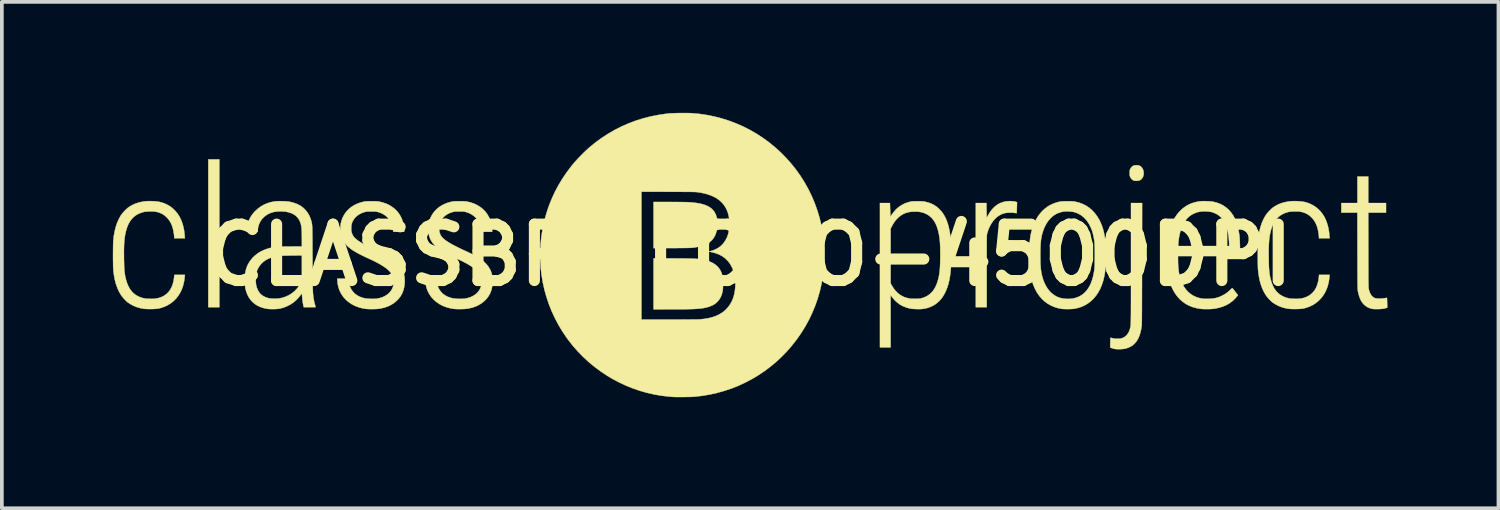
<source format=kicad_pcb>
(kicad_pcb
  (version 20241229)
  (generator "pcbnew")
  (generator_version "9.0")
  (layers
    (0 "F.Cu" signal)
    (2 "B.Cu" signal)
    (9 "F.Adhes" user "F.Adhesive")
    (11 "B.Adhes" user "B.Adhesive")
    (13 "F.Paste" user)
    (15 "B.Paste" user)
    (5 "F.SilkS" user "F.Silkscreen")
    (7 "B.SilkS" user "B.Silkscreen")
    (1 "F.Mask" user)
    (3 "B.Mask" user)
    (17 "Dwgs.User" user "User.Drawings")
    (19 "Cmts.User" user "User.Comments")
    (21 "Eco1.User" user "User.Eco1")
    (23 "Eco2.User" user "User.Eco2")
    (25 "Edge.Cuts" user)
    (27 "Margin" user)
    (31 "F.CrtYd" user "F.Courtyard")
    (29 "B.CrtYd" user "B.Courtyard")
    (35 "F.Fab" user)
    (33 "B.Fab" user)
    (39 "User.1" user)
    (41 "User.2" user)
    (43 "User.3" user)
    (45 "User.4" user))
  (footprint "CLASSBP-LOGO-4500DPI"
    (layer "F.Cu")
    (at 17.198 3.842)
    (property "Reference" "CLASSBP-LOGO-4500DPI" (at 0 0 0) (layer "F.SilkS") (effects (font (size 1.524 1.524) (thickness 0.3))))
    (attr through_hole)
    (fp_poly (pts (xy -14.32 1.411) (xy -14.619 1.411) (xy -14.619 -2.585) (xy -14.32 -2.585) (xy -14.32 1.411)) (stroke (width 0.01) (type solid)) (fill yes) (layer "F.SilkS"))
    (fp_poly (pts (xy 10.495 -2.426) (xy 10.525 -2.422) (xy 10.537 -2.419) (xy 10.572 -2.402) (xy 10.603 -2.375) (xy 10.627 -2.342) (xy 10.646 -2.303) (xy 10.657 -2.26) (xy 10.661 -2.214) (xy 10.658 -2.167) (xy 10.645 -2.121) (xy 10.645 -2.119) (xy 10.629 -2.089) (xy 10.607 -2.06) (xy 10.58 -2.035) (xy 10.552 -2.018) (xy 10.541 -2.013) (xy 10.521 -2.009) (xy 10.494 -2.006) (xy 10.464 -2.004) (xy 10.435 -2.005) (xy 10.411 -2.007) (xy 10.403 -2.009) (xy 10.366 -2.026) (xy 10.334 -2.053) (xy 10.308 -2.088) (xy 10.297 -2.108) (xy 10.291 -2.123) (xy 10.286 -2.136) (xy 10.283 -2.15) (xy 10.282 -2.168) (xy 10.281 -2.192) (xy 10.281 -2.215) (xy 10.282 -2.246) (xy 10.282 -2.269) (xy 10.284 -2.285) (xy 10.287 -2.299) (xy 10.292 -2.312) (xy 10.296 -2.321) (xy 10.316 -2.355) (xy 10.341 -2.385) (xy 10.369 -2.407) (xy 10.377 -2.412) (xy 10.399 -2.419) (xy 10.429 -2.425) (xy 10.462 -2.427) (xy 10.495 -2.426)) (stroke (width 0.01) (type solid)) (fill yes) (layer "F.SilkS"))
    (fp_poly (pts (xy -2.175 -1.434) (xy -2.104 -1.434) (xy -2.034 -1.433) (xy -1.966 -1.433) (xy -1.901 -1.432) (xy -1.841 -1.432) (xy -1.786 -1.431) (xy -1.738 -1.43) (xy -1.698 -1.429) (xy -1.667 -1.429) (xy -1.654 -1.428) (xy -1.54 -1.42) (xy -1.436 -1.408) (xy -1.343 -1.393) (xy -1.259 -1.373) (xy -1.184 -1.349) (xy -1.118 -1.32) (xy -1.06 -1.286) (xy -1.011 -1.248) (xy -0.969 -1.204) (xy -0.934 -1.155) (xy -0.906 -1.1) (xy -0.885 -1.04) (xy -0.88 -1.021) (xy -0.874 -0.99) (xy -0.87 -0.951) (xy -0.866 -0.906) (xy -0.864 -0.859) (xy -0.864 -0.812) (xy -0.865 -0.768) (xy -0.868 -0.73) (xy -0.869 -0.726) (xy -0.883 -0.646) (xy -0.904 -0.574) (xy -0.932 -0.508) (xy -0.969 -0.45) (xy -1.013 -0.398) (xy -1.066 -0.352) (xy -1.127 -0.312) (xy -1.197 -0.277) (xy -1.277 -0.249) (xy -1.366 -0.225) (xy -1.465 -0.206) (xy -1.513 -0.2) (xy -1.527 -0.198) (xy -1.543 -0.196) (xy -1.562 -0.195) (xy -1.585 -0.194) (xy -1.611 -0.193) (xy -1.643 -0.192) (xy -1.681 -0.191) (xy -1.725 -0.191) (xy -1.777 -0.19) (xy -1.837 -0.189) (xy -1.905 -0.189) (xy -1.984 -0.188) (xy -2.073 -0.188) (xy -2.084 -0.188) (xy -2.585 -0.185) (xy -2.585 -1.434) (xy -2.175 -1.434)) (stroke (width 0.01) (type solid)) (fill yes) (layer "F.SilkS"))
    (fp_poly (pts (xy -2.048 0.092) (xy -1.951 0.092) (xy -1.865 0.093) (xy -1.788 0.093) (xy -1.72 0.094) (xy -1.66 0.095) (xy -1.608 0.096) (xy -1.561 0.097) (xy -1.52 0.098) (xy -1.484 0.1) (xy -1.451 0.102) (xy -1.421 0.104) (xy -1.394 0.106) (xy -1.367 0.109) (xy -1.341 0.113) (xy -1.315 0.117) (xy -1.288 0.121) (xy -1.265 0.125) (xy -1.169 0.145) (xy -1.082 0.172) (xy -1.005 0.205) (xy -0.936 0.245) (xy -0.876 0.292) (xy -0.826 0.345) (xy -0.784 0.405) (xy -0.752 0.472) (xy -0.738 0.512) (xy -0.726 0.554) (xy -0.717 0.597) (xy -0.711 0.643) (xy -0.708 0.695) (xy -0.706 0.754) (xy -0.707 0.81) (xy -0.709 0.858) (xy -0.71 0.896) (xy -0.713 0.927) (xy -0.716 0.954) (xy -0.72 0.978) (xy -0.722 0.99) (xy -0.741 1.062) (xy -0.765 1.125) (xy -0.795 1.181) (xy -0.831 1.231) (xy -0.851 1.254) (xy -0.894 1.295) (xy -0.939 1.329) (xy -0.99 1.358) (xy -1.048 1.383) (xy -1.086 1.397) (xy -1.118 1.407) (xy -1.151 1.416) (xy -1.185 1.424) (xy -1.222 1.432) (xy -1.261 1.438) (xy -1.304 1.444) (xy -1.351 1.449) (xy -1.403 1.453) (xy -1.461 1.457) (xy -1.525 1.46) (xy -1.596 1.462) (xy -1.675 1.464) (xy -1.761 1.466) (xy -1.857 1.467) (xy -1.963 1.467) (xy -2.078 1.467) (xy -2.132 1.467) (xy -2.585 1.468) (xy -2.585 0.089) (xy -2.048 0.092)) (stroke (width 0.01) (type solid)) (fill yes) (layer "F.SilkS"))
    (fp_poly (pts (xy 7.115 -1.454) (xy 7.157 -1.449) (xy 7.194 -1.442) (xy 7.222 -1.433) (xy 7.222 -1.433) (xy 7.238 -1.425) (xy 7.234 -1.279) (xy 7.233 -1.24) (xy 7.232 -1.204) (xy 7.231 -1.174) (xy 7.23 -1.151) (xy 7.229 -1.136) (xy 7.229 -1.131) (xy 7.223 -1.132) (xy 7.209 -1.133) (xy 7.188 -1.136) (xy 7.174 -1.138) (xy 7.135 -1.143) (xy 7.09 -1.145) (xy 7.043 -1.145) (xy 6.995 -1.143) (xy 6.951 -1.139) (xy 6.913 -1.134) (xy 6.895 -1.129) (xy 6.85 -1.115) (xy 6.802 -1.094) (xy 6.756 -1.069) (xy 6.716 -1.043) (xy 6.711 -1.04) (xy 6.653 -0.989) (xy 6.599 -0.929) (xy 6.55 -0.86) (xy 6.507 -0.783) (xy 6.469 -0.701) (xy 6.439 -0.613) (xy 6.429 -0.576) (xy 6.428 -0.571) (xy 6.426 -0.565) (xy 6.425 -0.558) (xy 6.424 -0.55) (xy 6.423 -0.54) (xy 6.422 -0.529) (xy 6.422 -0.514) (xy 6.421 -0.496) (xy 6.42 -0.474) (xy 6.42 -0.448) (xy 6.419 -0.417) (xy 6.419 -0.381) (xy 6.419 -0.339) (xy 6.418 -0.29) (xy 6.418 -0.235) (xy 6.418 -0.172) (xy 6.418 -0.101) (xy 6.418 -0.022) (xy 6.418 0.067) (xy 6.418 0.164) (xy 6.418 0.272) (xy 6.418 0.391) (xy 6.418 1.411) (xy 6.124 1.411) (xy 6.124 -1.405) (xy 6.412 -1.405) (xy 6.412 -1.325) (xy 6.412 -1.292) (xy 6.413 -1.252) (xy 6.414 -1.208) (xy 6.415 -1.163) (xy 6.416 -1.125) (xy 6.419 -1.006) (xy 6.445 -1.055) (xy 6.489 -1.132) (xy 6.538 -1.202) (xy 6.592 -1.265) (xy 6.65 -1.32) (xy 6.71 -1.364) (xy 6.737 -1.38) (xy 6.776 -1.4) (xy 6.822 -1.418) (xy 6.871 -1.434) (xy 6.917 -1.445) (xy 6.93 -1.448) (xy 6.973 -1.453) (xy 7.02 -1.456) (xy 7.068 -1.456) (xy 7.115 -1.454)) (stroke (width 0.01) (type solid)) (fill yes) (layer "F.SilkS"))
    (fp_poly (pts (xy 16.73 -1.405) (xy 17.21 -1.405) (xy 17.21 -1.146) (xy 16.73 -1.146) (xy 16.732 -0.134) (xy 16.732 -0.009) (xy 16.732 0.106) (xy 16.732 0.21) (xy 16.732 0.305) (xy 16.733 0.39) (xy 16.733 0.467) (xy 16.733 0.535) (xy 16.733 0.596) (xy 16.734 0.649) (xy 16.734 0.696) (xy 16.734 0.736) (xy 16.735 0.771) (xy 16.735 0.801) (xy 16.736 0.826) (xy 16.737 0.847) (xy 16.737 0.865) (xy 16.738 0.879) (xy 16.739 0.891) (xy 16.74 0.9) (xy 16.741 0.908) (xy 16.742 0.915) (xy 16.744 0.922) (xy 16.745 0.928) (xy 16.745 0.929) (xy 16.763 0.992) (xy 16.786 1.045) (xy 16.813 1.089) (xy 16.845 1.124) (xy 16.882 1.151) (xy 16.918 1.167) (xy 16.94 1.172) (xy 16.97 1.175) (xy 17.007 1.177) (xy 17.047 1.177) (xy 17.089 1.176) (xy 17.13 1.173) (xy 17.166 1.168) (xy 17.178 1.166) (xy 17.201 1.162) (xy 17.22 1.159) (xy 17.232 1.158) (xy 17.235 1.158) (xy 17.236 1.164) (xy 17.236 1.18) (xy 17.237 1.203) (xy 17.239 1.233) (xy 17.24 1.269) (xy 17.24 1.291) (xy 17.244 1.421) (xy 17.209 1.433) (xy 17.165 1.446) (xy 17.114 1.454) (xy 17.055 1.459) (xy 16.987 1.461) (xy 16.967 1.461) (xy 16.934 1.461) (xy 16.904 1.46) (xy 16.879 1.459) (xy 16.861 1.459) (xy 16.854 1.458) (xy 16.823 1.451) (xy 16.787 1.441) (xy 16.753 1.429) (xy 16.724 1.417) (xy 16.723 1.416) (xy 16.668 1.384) (xy 16.62 1.345) (xy 16.579 1.3) (xy 16.542 1.247) (xy 16.511 1.185) (xy 16.485 1.114) (xy 16.463 1.034) (xy 16.452 0.985) (xy 16.451 0.977) (xy 16.449 0.97) (xy 16.448 0.962) (xy 16.447 0.953) (xy 16.446 0.943) (xy 16.445 0.93) (xy 16.444 0.916) (xy 16.443 0.898) (xy 16.443 0.877) (xy 16.442 0.852) (xy 16.442 0.823) (xy 16.441 0.789) (xy 16.441 0.749) (xy 16.44 0.703) (xy 16.44 0.651) (xy 16.44 0.591) (xy 16.44 0.524) (xy 16.439 0.449) (xy 16.439 0.366) (xy 16.439 0.273) (xy 16.439 0.171) (xy 16.439 0.059) (xy 16.438 -0.064) (xy 16.438 -0.111) (xy 16.436 -1.146) (xy 16.219 -1.146) (xy 16.002 -1.146) (xy 16.002 -1.405) (xy 16.437 -1.405) (xy 16.437 -2.122) (xy 16.73 -2.122) (xy 16.73 -1.405)) (stroke (width 0.01) (type solid)) (fill yes) (layer "F.SilkS"))
    (fp_poly (pts (xy 10.616 0.23) (xy 10.615 0.4) (xy 10.615 0.56) (xy 10.615 0.709) (xy 10.615 0.847) (xy 10.614 0.976) (xy 10.614 1.094) (xy 10.614 1.203) (xy 10.613 1.304) (xy 10.613 1.395) (xy 10.613 1.478) (xy 10.612 1.552) (xy 10.612 1.619) (xy 10.612 1.678) (xy 10.611 1.73) (xy 10.611 1.774) (xy 10.61 1.813) (xy 10.609 1.844) (xy 10.609 1.87) (xy 10.608 1.89) (xy 10.608 1.905) (xy 10.607 1.914) (xy 10.607 1.916) (xy 10.59 2.017) (xy 10.568 2.109) (xy 10.541 2.19) (xy 10.509 2.263) (xy 10.471 2.326) (xy 10.427 2.381) (xy 10.377 2.428) (xy 10.32 2.468) (xy 10.257 2.499) (xy 10.187 2.524) (xy 10.17 2.529) (xy 10.143 2.534) (xy 10.107 2.539) (xy 10.066 2.542) (xy 10.022 2.544) (xy 9.978 2.545) (xy 9.937 2.544) (xy 9.902 2.541) (xy 9.874 2.538) (xy 9.873 2.537) (xy 9.849 2.531) (xy 9.823 2.524) (xy 9.799 2.516) (xy 9.778 2.509) (xy 9.764 2.503) (xy 9.761 2.502) (xy 9.759 2.497) (xy 9.758 2.485) (xy 9.757 2.464) (xy 9.757 2.435) (xy 9.757 2.396) (xy 9.758 2.366) (xy 9.759 2.324) (xy 9.76 2.292) (xy 9.761 2.269) (xy 9.762 2.253) (xy 9.763 2.243) (xy 9.765 2.238) (xy 9.768 2.236) (xy 9.772 2.237) (xy 9.773 2.237) (xy 9.812 2.246) (xy 9.842 2.253) (xy 9.866 2.258) (xy 9.886 2.261) (xy 9.904 2.262) (xy 9.922 2.263) (xy 9.943 2.263) (xy 9.968 2.262) (xy 10.004 2.26) (xy 10.031 2.258) (xy 10.053 2.254) (xy 10.072 2.249) (xy 10.08 2.246) (xy 10.132 2.222) (xy 10.177 2.189) (xy 10.217 2.146) (xy 10.251 2.095) (xy 10.277 2.037) (xy 10.289 1.998) (xy 10.292 1.988) (xy 10.295 1.979) (xy 10.297 1.97) (xy 10.299 1.961) (xy 10.302 1.952) (xy 10.303 1.942) (xy 10.305 1.931) (xy 10.307 1.918) (xy 10.308 1.903) (xy 10.31 1.885) (xy 10.311 1.865) (xy 10.312 1.842) (xy 10.313 1.815) (xy 10.314 1.784) (xy 10.314 1.748) (xy 10.315 1.708) (xy 10.316 1.663) (xy 10.316 1.612) (xy 10.317 1.555) (xy 10.317 1.491) (xy 10.317 1.421) (xy 10.317 1.343) (xy 10.318 1.258) (xy 10.318 1.165) (xy 10.318 1.064) (xy 10.318 0.953) (xy 10.318 0.834) (xy 10.318 0.705) (xy 10.318 0.566) (xy 10.318 0.416) (xy 10.318 0.256) (xy 10.318 0.219) (xy 10.318 -1.405) (xy 10.618 -1.405) (xy 10.616 0.23)) (stroke (width 0.01) (type solid)) (fill yes) (layer "F.SilkS"))
    (fp_poly (pts (xy 4.592 -1.453) (xy 4.629 -1.453) (xy 4.658 -1.452) (xy 4.683 -1.451) (xy 4.703 -1.449) (xy 4.723 -1.446) (xy 4.744 -1.442) (xy 4.75 -1.441) (xy 4.837 -1.419) (xy 4.916 -1.391) (xy 4.989 -1.355) (xy 5.056 -1.312) (xy 5.119 -1.259) (xy 5.142 -1.236) (xy 5.198 -1.175) (xy 5.247 -1.108) (xy 5.291 -1.033) (xy 5.329 -0.95) (xy 5.363 -0.859) (xy 5.391 -0.76) (xy 5.414 -0.651) (xy 5.433 -0.533) (xy 5.444 -0.44) (xy 5.447 -0.41) (xy 5.449 -0.369) (xy 5.451 -0.321) (xy 5.453 -0.266) (xy 5.455 -0.205) (xy 5.456 -0.142) (xy 5.457 -0.076) (xy 5.457 -0.01) (xy 5.458 0.056) (xy 5.457 0.118) (xy 5.457 0.176) (xy 5.456 0.229) (xy 5.455 0.274) (xy 5.453 0.308) (xy 5.442 0.441) (xy 5.427 0.565) (xy 5.407 0.679) (xy 5.382 0.785) (xy 5.351 0.882) (xy 5.315 0.972) (xy 5.274 1.055) (xy 5.23 1.128) (xy 5.173 1.203) (xy 5.11 1.268) (xy 5.04 1.324) (xy 4.964 1.371) (xy 4.882 1.409) (xy 4.794 1.437) (xy 4.701 1.455) (xy 4.689 1.456) (xy 4.653 1.46) (xy 4.609 1.461) (xy 4.561 1.462) (xy 4.51 1.46) (xy 4.46 1.458) (xy 4.414 1.455) (xy 4.373 1.45) (xy 4.343 1.445) (xy 4.249 1.42) (xy 4.162 1.386) (xy 4.081 1.343) (xy 4.007 1.29) (xy 3.939 1.229) (xy 3.876 1.158) (xy 3.849 1.121) (xy 3.821 1.082) (xy 3.821 2.495) (xy 3.533 2.495) (xy 3.533 -0.71) (xy 3.821 -0.71) (xy 3.821 0.765) (xy 3.851 0.819) (xy 3.901 0.899) (xy 3.955 0.969) (xy 4.016 1.029) (xy 4.081 1.079) (xy 4.146 1.116) (xy 4.18 1.132) (xy 4.215 1.145) (xy 4.254 1.157) (xy 4.299 1.168) (xy 4.353 1.179) (xy 4.369 1.182) (xy 4.379 1.183) (xy 4.398 1.183) (xy 4.424 1.183) (xy 4.456 1.183) (xy 4.491 1.183) (xy 4.496 1.183) (xy 4.536 1.182) (xy 4.568 1.181) (xy 4.593 1.18) (xy 4.614 1.177) (xy 4.632 1.174) (xy 4.652 1.17) (xy 4.663 1.167) (xy 4.74 1.141) (xy 4.809 1.107) (xy 4.872 1.064) (xy 4.928 1.013) (xy 4.978 0.952) (xy 5.022 0.882) (xy 5.06 0.802) (xy 5.092 0.714) (xy 5.116 0.621) (xy 5.126 0.576) (xy 5.134 0.532) (xy 5.141 0.49) (xy 5.146 0.446) (xy 5.151 0.399) (xy 5.155 0.348) (xy 5.158 0.292) (xy 5.16 0.229) (xy 5.162 0.157) (xy 5.163 0.085) (xy 5.164 -0.027) (xy 5.163 -0.127) (xy 5.161 -0.218) (xy 5.158 -0.299) (xy 5.153 -0.372) (xy 5.146 -0.436) (xy 5.145 -0.452) (xy 5.127 -0.561) (xy 5.105 -0.66) (xy 5.078 -0.75) (xy 5.046 -0.83) (xy 5.008 -0.901) (xy 4.965 -0.963) (xy 4.916 -1.017) (xy 4.861 -1.063) (xy 4.8 -1.101) (xy 4.791 -1.106) (xy 4.734 -1.132) (xy 4.677 -1.151) (xy 4.616 -1.164) (xy 4.551 -1.172) (xy 4.477 -1.174) (xy 4.476 -1.174) (xy 4.387 -1.17) (xy 4.306 -1.158) (xy 4.231 -1.137) (xy 4.161 -1.107) (xy 4.095 -1.067) (xy 4.034 -1.018) (xy 4.005 -0.991) (xy 3.948 -0.926) (xy 3.896 -0.852) (xy 3.852 -0.771) (xy 3.821 -0.71) (xy 3.533 -0.71) (xy 3.533 -1.405) (xy 3.803 -1.405) (xy 3.807 -1.277) (xy 3.808 -1.236) (xy 3.81 -1.195) (xy 3.811 -1.156) (xy 3.813 -1.123) (xy 3.814 -1.098) (xy 3.815 -1.093) (xy 3.818 -1.037) (xy 3.841 -1.072) (xy 3.86 -1.101) (xy 3.884 -1.134) (xy 3.912 -1.169) (xy 3.939 -1.201) (xy 3.965 -1.23) (xy 3.983 -1.248) (xy 4.055 -1.307) (xy 4.13 -1.356) (xy 4.209 -1.395) (xy 4.294 -1.425) (xy 4.342 -1.438) (xy 4.363 -1.443) (xy 4.38 -1.446) (xy 4.398 -1.449) (xy 4.417 -1.451) (xy 4.439 -1.452) (xy 4.466 -1.453) (xy 4.501 -1.453) (xy 4.545 -1.453) (xy 4.547 -1.453) (xy 4.592 -1.453)) (stroke (width 0.01) (type solid)) (fill yes) (layer "F.SilkS"))
    (fp_poly (pts (xy 12.358 -1.455) (xy 12.409 -1.453) (xy 12.457 -1.45) (xy 12.5 -1.446) (xy 12.535 -1.44) (xy 12.538 -1.44) (xy 12.632 -1.416) (xy 12.719 -1.385) (xy 12.798 -1.346) (xy 12.871 -1.298) (xy 12.939 -1.241) (xy 12.97 -1.211) (xy 13.027 -1.145) (xy 13.077 -1.073) (xy 13.121 -0.994) (xy 13.159 -0.908) (xy 13.19 -0.813) (xy 13.216 -0.71) (xy 13.227 -0.654) (xy 13.235 -0.609) (xy 13.242 -0.566) (xy 13.247 -0.524) (xy 13.252 -0.48) (xy 13.255 -0.434) (xy 13.258 -0.383) (xy 13.26 -0.325) (xy 13.262 -0.26) (xy 13.263 -0.193) (xy 13.266 0.028) (xy 11.588 0.028) (xy 11.588 0.106) (xy 11.59 0.217) (xy 11.595 0.318) (xy 11.604 0.41) (xy 11.617 0.496) (xy 11.634 0.575) (xy 11.655 0.649) (xy 11.681 0.72) (xy 11.709 0.782) (xy 11.755 0.864) (xy 11.807 0.937) (xy 11.865 1) (xy 11.931 1.055) (xy 12.003 1.1) (xy 12.081 1.136) (xy 12.166 1.163) (xy 12.257 1.18) (xy 12.258 1.18) (xy 12.288 1.183) (xy 12.327 1.184) (xy 12.374 1.184) (xy 12.415 1.184) (xy 12.487 1.18) (xy 12.55 1.173) (xy 12.608 1.162) (xy 12.664 1.147) (xy 12.72 1.126) (xy 12.779 1.1) (xy 12.782 1.098) (xy 12.86 1.055) (xy 12.932 1.003) (xy 12.998 0.944) (xy 13.018 0.925) (xy 13.035 0.909) (xy 13.047 0.897) (xy 13.054 0.892) (xy 13.055 0.892) (xy 13.059 0.896) (xy 13.069 0.908) (xy 13.084 0.927) (xy 13.103 0.95) (xy 13.125 0.977) (xy 13.133 0.989) (xy 13.209 1.085) (xy 13.194 1.104) (xy 13.13 1.179) (xy 13.058 1.246) (xy 12.98 1.304) (xy 12.894 1.353) (xy 12.801 1.393) (xy 12.702 1.424) (xy 12.595 1.447) (xy 12.552 1.453) (xy 12.517 1.457) (xy 12.474 1.459) (xy 12.426 1.461) (xy 12.375 1.461) (xy 12.324 1.461) (xy 12.275 1.46) (xy 12.231 1.458) (xy 12.196 1.454) (xy 12.186 1.453) (xy 12.079 1.433) (xy 11.977 1.404) (xy 11.883 1.366) (xy 11.795 1.319) (xy 11.714 1.262) (xy 11.639 1.197) (xy 11.571 1.122) (xy 11.514 1.045) (xy 11.461 0.957) (xy 11.416 0.863) (xy 11.378 0.76) (xy 11.348 0.65) (xy 11.325 0.531) (xy 11.308 0.404) (xy 11.306 0.372) (xy 11.304 0.346) (xy 11.303 0.31) (xy 11.302 0.267) (xy 11.301 0.216) (xy 11.301 0.161) (xy 11.301 0.102) (xy 11.301 0.04) (xy 11.301 -0.023) (xy 11.302 -0.086) (xy 11.303 -0.147) (xy 11.304 -0.205) (xy 11.305 -0.243) (xy 11.594 -0.243) (xy 12.971 -0.243) (xy 12.971 -0.278) (xy 12.969 -0.35) (xy 12.963 -0.427) (xy 12.955 -0.504) (xy 12.944 -0.579) (xy 12.93 -0.648) (xy 12.923 -0.681) (xy 12.895 -0.772) (xy 12.862 -0.854) (xy 12.822 -0.926) (xy 12.776 -0.989) (xy 12.723 -1.043) (xy 12.664 -1.089) (xy 12.597 -1.125) (xy 12.525 -1.153) (xy 12.497 -1.161) (xy 12.461 -1.168) (xy 12.417 -1.174) (xy 12.367 -1.178) (xy 12.316 -1.18) (xy 12.267 -1.179) (xy 12.221 -1.176) (xy 12.201 -1.174) (xy 12.117 -1.158) (xy 12.04 -1.131) (xy 11.968 -1.096) (xy 11.902 -1.051) (xy 11.842 -0.997) (xy 11.789 -0.933) (xy 11.742 -0.86) (xy 11.701 -0.778) (xy 11.666 -0.687) (xy 11.638 -0.587) (xy 11.616 -0.479) (xy 11.601 -0.361) (xy 11.6 -0.344) (xy 11.597 -0.316) (xy 11.595 -0.291) (xy 11.594 -0.271) (xy 11.594 -0.261) (xy 11.594 -0.243) (xy 11.305 -0.243) (xy 11.305 -0.259) (xy 11.307 -0.308) (xy 11.309 -0.35) (xy 11.311 -0.383) (xy 11.313 -0.407) (xy 11.313 -0.412) (xy 11.331 -0.529) (xy 11.354 -0.637) (xy 11.382 -0.736) (xy 11.414 -0.829) (xy 11.453 -0.916) (xy 11.497 -0.998) (xy 11.507 -1.015) (xy 11.566 -1.102) (xy 11.631 -1.179) (xy 11.703 -1.248) (xy 11.781 -1.307) (xy 11.865 -1.357) (xy 11.954 -1.397) (xy 12.05 -1.427) (xy 12.15 -1.447) (xy 12.176 -1.451) (xy 12.213 -1.454) (xy 12.257 -1.456) (xy 12.306 -1.456) (xy 12.358 -1.455)) (stroke (width 0.01) (type solid)) (fill yes) (layer "F.SilkS"))
    (fp_poly (pts (xy -16.163 -1.457) (xy -16.1 -1.454) (xy -16.039 -1.449) (xy -15.982 -1.443) (xy -15.933 -1.434) (xy -15.915 -1.43) (xy -15.821 -1.402) (xy -15.734 -1.363) (xy -15.653 -1.316) (xy -15.578 -1.259) (xy -15.511 -1.193) (xy -15.45 -1.119) (xy -15.398 -1.039) (xy -15.363 -0.969) (xy -15.331 -0.89) (xy -15.304 -0.806) (xy -15.283 -0.719) (xy -15.268 -0.63) (xy -15.26 -0.553) (xy -15.258 -0.526) (xy -15.256 -0.501) (xy -15.254 -0.481) (xy -15.254 -0.476) (xy -15.251 -0.452) (xy -15.539 -0.452) (xy -15.539 -0.479) (xy -15.54 -0.497) (xy -15.542 -0.521) (xy -15.545 -0.55) (xy -15.548 -0.573) (xy -15.563 -0.665) (xy -15.585 -0.749) (xy -15.612 -0.825) (xy -15.646 -0.893) (xy -15.688 -0.955) (xy -15.736 -1.012) (xy -15.739 -1.015) (xy -15.794 -1.064) (xy -15.853 -1.105) (xy -15.918 -1.136) (xy -15.989 -1.16) (xy -16.065 -1.174) (xy -16.092 -1.177) (xy -16.127 -1.178) (xy -16.167 -1.179) (xy -16.21 -1.178) (xy -16.253 -1.176) (xy -16.293 -1.174) (xy -16.327 -1.17) (xy -16.353 -1.166) (xy -16.355 -1.166) (xy -16.435 -1.143) (xy -16.509 -1.112) (xy -16.576 -1.074) (xy -16.636 -1.027) (xy -16.689 -0.972) (xy -16.736 -0.908) (xy -16.777 -0.836) (xy -16.811 -0.754) (xy -16.84 -0.663) (xy -16.863 -0.563) (xy -16.877 -0.483) (xy -16.883 -0.431) (xy -16.888 -0.375) (xy -16.893 -0.313) (xy -16.896 -0.246) (xy -16.898 -0.171) (xy -16.899 -0.087) (xy -16.898 0.005) (xy -16.898 0.085) (xy -16.896 0.171) (xy -16.894 0.246) (xy -16.892 0.314) (xy -16.889 0.374) (xy -16.885 0.427) (xy -16.879 0.476) (xy -16.873 0.522) (xy -16.866 0.566) (xy -16.857 0.609) (xy -16.846 0.652) (xy -16.843 0.664) (xy -16.815 0.756) (xy -16.781 0.838) (xy -16.741 0.912) (xy -16.694 0.976) (xy -16.641 1.031) (xy -16.581 1.078) (xy -16.514 1.117) (xy -16.439 1.148) (xy -16.363 1.169) (xy -16.331 1.175) (xy -16.29 1.18) (xy -16.244 1.183) (xy -16.195 1.184) (xy -16.145 1.185) (xy -16.099 1.183) (xy -16.059 1.18) (xy -16.038 1.178) (xy -15.955 1.16) (xy -15.879 1.133) (xy -15.811 1.099) (xy -15.75 1.055) (xy -15.697 1.004) (xy -15.652 0.944) (xy -15.613 0.875) (xy -15.583 0.798) (xy -15.56 0.713) (xy -15.558 0.706) (xy -15.552 0.673) (xy -15.547 0.638) (xy -15.543 0.605) (xy -15.541 0.588) (xy -15.537 0.536) (xy -15.251 0.536) (xy -15.254 0.555) (xy -15.255 0.569) (xy -15.258 0.591) (xy -15.26 0.615) (xy -15.26 0.618) (xy -15.263 0.643) (xy -15.267 0.674) (xy -15.272 0.707) (xy -15.277 0.732) (xy -15.302 0.834) (xy -15.336 0.93) (xy -15.379 1.019) (xy -15.43 1.101) (xy -15.489 1.176) (xy -15.556 1.244) (xy -15.631 1.303) (xy -15.713 1.354) (xy -15.801 1.396) (xy -15.896 1.429) (xy -15.962 1.446) (xy -15.991 1.45) (xy -16.029 1.454) (xy -16.073 1.457) (xy -16.122 1.459) (xy -16.172 1.46) (xy -16.223 1.46) (xy -16.271 1.459) (xy -16.314 1.457) (xy -16.35 1.454) (xy -16.358 1.453) (xy -16.461 1.434) (xy -16.558 1.405) (xy -16.649 1.368) (xy -16.733 1.322) (xy -16.79 1.283) (xy -16.827 1.253) (xy -16.866 1.215) (xy -16.905 1.173) (xy -16.942 1.13) (xy -16.973 1.088) (xy -16.978 1.08) (xy -17.03 0.992) (xy -17.075 0.894) (xy -17.113 0.788) (xy -17.144 0.673) (xy -17.167 0.55) (xy -17.184 0.418) (xy -17.187 0.378) (xy -17.188 0.354) (xy -17.19 0.32) (xy -17.191 0.277) (xy -17.191 0.228) (xy -17.192 0.173) (xy -17.193 0.114) (xy -17.193 0.052) (xy -17.193 -0.011) (xy -17.193 -0.073) (xy -17.192 -0.134) (xy -17.192 -0.191) (xy -17.191 -0.244) (xy -17.19 -0.291) (xy -17.189 -0.33) (xy -17.188 -0.36) (xy -17.187 -0.373) (xy -17.173 -0.507) (xy -17.151 -0.633) (xy -17.122 -0.751) (xy -17.086 -0.86) (xy -17.043 -0.96) (xy -16.993 -1.052) (xy -16.975 -1.08) (xy -16.947 -1.119) (xy -16.911 -1.16) (xy -16.872 -1.202) (xy -16.831 -1.242) (xy -16.791 -1.277) (xy -16.753 -1.304) (xy -16.75 -1.306) (xy -16.67 -1.353) (xy -16.583 -1.391) (xy -16.491 -1.421) (xy -16.391 -1.442) (xy -16.335 -1.45) (xy -16.284 -1.455) (xy -16.225 -1.457) (xy -16.163 -1.457)) (stroke (width 0.01) (type solid)) (fill yes) (layer "F.SilkS"))
    (fp_poly (pts (xy 14.774 -1.457) (xy 14.837 -1.454) (xy 14.898 -1.449) (xy 14.955 -1.443) (xy 15.005 -1.434) (xy 15.023 -1.43) (xy 15.116 -1.402) (xy 15.203 -1.363) (xy 15.284 -1.316) (xy 15.359 -1.259) (xy 15.427 -1.193) (xy 15.487 -1.119) (xy 15.539 -1.039) (xy 15.574 -0.969) (xy 15.606 -0.89) (xy 15.633 -0.806) (xy 15.654 -0.719) (xy 15.669 -0.63) (xy 15.677 -0.553) (xy 15.679 -0.526) (xy 15.681 -0.501) (xy 15.683 -0.481) (xy 15.684 -0.476) (xy 15.687 -0.452) (xy 15.398 -0.452) (xy 15.398 -0.479) (xy 15.397 -0.497) (xy 15.395 -0.521) (xy 15.392 -0.55) (xy 15.389 -0.573) (xy 15.374 -0.665) (xy 15.353 -0.749) (xy 15.325 -0.825) (xy 15.291 -0.893) (xy 15.25 -0.955) (xy 15.201 -1.012) (xy 15.198 -1.015) (xy 15.144 -1.064) (xy 15.084 -1.105) (xy 15.019 -1.136) (xy 14.948 -1.16) (xy 14.873 -1.174) (xy 14.845 -1.177) (xy 14.81 -1.178) (xy 14.77 -1.179) (xy 14.727 -1.178) (xy 14.684 -1.176) (xy 14.644 -1.174) (xy 14.61 -1.17) (xy 14.584 -1.166) (xy 14.582 -1.166) (xy 14.502 -1.143) (xy 14.428 -1.112) (xy 14.361 -1.074) (xy 14.301 -1.027) (xy 14.248 -0.972) (xy 14.201 -0.908) (xy 14.16 -0.836) (xy 14.126 -0.754) (xy 14.097 -0.663) (xy 14.074 -0.563) (xy 14.061 -0.483) (xy 14.054 -0.431) (xy 14.049 -0.375) (xy 14.045 -0.313) (xy 14.042 -0.246) (xy 14.04 -0.171) (xy 14.039 -0.087) (xy 14.039 0.005) (xy 14.04 0.085) (xy 14.041 0.171) (xy 14.043 0.246) (xy 14.045 0.314) (xy 14.049 0.374) (xy 14.053 0.427) (xy 14.058 0.476) (xy 14.064 0.522) (xy 14.072 0.566) (xy 14.08 0.609) (xy 14.091 0.652) (xy 14.094 0.664) (xy 14.122 0.756) (xy 14.156 0.838) (xy 14.196 0.912) (xy 14.243 0.976) (xy 14.296 1.031) (xy 14.356 1.078) (xy 14.424 1.117) (xy 14.498 1.148) (xy 14.574 1.169) (xy 14.606 1.175) (xy 14.647 1.18) (xy 14.694 1.183) (xy 14.743 1.184) (xy 14.792 1.185) (xy 14.838 1.183) (xy 14.878 1.18) (xy 14.899 1.178) (xy 14.983 1.16) (xy 15.058 1.133) (xy 15.126 1.099) (xy 15.187 1.055) (xy 15.24 1.004) (xy 15.286 0.944) (xy 15.324 0.875) (xy 15.354 0.798) (xy 15.377 0.713) (xy 15.379 0.706) (xy 15.385 0.673) (xy 15.39 0.638) (xy 15.394 0.605) (xy 15.396 0.588) (xy 15.4 0.536) (xy 15.686 0.536) (xy 15.684 0.555) (xy 15.682 0.569) (xy 15.68 0.591) (xy 15.677 0.615) (xy 15.677 0.618) (xy 15.675 0.643) (xy 15.67 0.674) (xy 15.665 0.707) (xy 15.66 0.732) (xy 15.636 0.834) (xy 15.601 0.93) (xy 15.559 1.019) (xy 15.507 1.101) (xy 15.448 1.176) (xy 15.381 1.244) (xy 15.306 1.303) (xy 15.225 1.354) (xy 15.136 1.396) (xy 15.041 1.429) (xy 14.975 1.446) (xy 14.946 1.45) (xy 14.909 1.454) (xy 14.864 1.457) (xy 14.816 1.459) (xy 14.765 1.46) (xy 14.714 1.46) (xy 14.666 1.459) (xy 14.623 1.457) (xy 14.587 1.454) (xy 14.58 1.453) (xy 14.476 1.434) (xy 14.379 1.405) (xy 14.288 1.368) (xy 14.204 1.322) (xy 14.147 1.283) (xy 14.111 1.253) (xy 14.071 1.215) (xy 14.032 1.173) (xy 13.996 1.13) (xy 13.964 1.088) (xy 13.959 1.08) (xy 13.907 0.992) (xy 13.862 0.894) (xy 13.824 0.788) (xy 13.793 0.673) (xy 13.77 0.55) (xy 13.753 0.418) (xy 13.75 0.378) (xy 13.749 0.358) (xy 13.748 0.327) (xy 13.747 0.288) (xy 13.746 0.242) (xy 13.745 0.191) (xy 13.745 0.135) (xy 13.744 0.076) (xy 13.744 0.016) (xy 13.744 0.003) (xy 13.744 -0.057) (xy 13.745 -0.116) (xy 13.745 -0.173) (xy 13.746 -0.226) (xy 13.747 -0.273) (xy 13.748 -0.314) (xy 13.749 -0.346) (xy 13.75 -0.369) (xy 13.75 -0.373) (xy 13.765 -0.507) (xy 13.786 -0.633) (xy 13.815 -0.751) (xy 13.851 -0.86) (xy 13.894 -0.96) (xy 13.945 -1.052) (xy 13.962 -1.08) (xy 13.991 -1.119) (xy 14.026 -1.16) (xy 14.065 -1.202) (xy 14.106 -1.242) (xy 14.146 -1.277) (xy 14.184 -1.304) (xy 14.187 -1.306) (xy 14.267 -1.353) (xy 14.354 -1.391) (xy 14.446 -1.421) (xy 14.546 -1.442) (xy 14.602 -1.45) (xy 14.654 -1.455) (xy 14.712 -1.457) (xy 14.774 -1.457)) (stroke (width 0.01) (type solid)) (fill yes) (layer "F.SilkS"))
    (fp_poly (pts (xy 8.647 -1.453) (xy 8.684 -1.453) (xy 8.715 -1.452) (xy 8.739 -1.451) (xy 8.76 -1.449) (xy 8.779 -1.447) (xy 8.798 -1.444) (xy 8.816 -1.44) (xy 8.917 -1.415) (xy 9.012 -1.379) (xy 9.101 -1.335) (xy 9.183 -1.281) (xy 9.259 -1.218) (xy 9.329 -1.145) (xy 9.392 -1.063) (xy 9.449 -0.972) (xy 9.485 -0.902) (xy 9.528 -0.802) (xy 9.564 -0.695) (xy 9.592 -0.581) (xy 9.613 -0.46) (xy 9.628 -0.331) (xy 9.629 -0.309) (xy 9.631 -0.279) (xy 9.632 -0.24) (xy 9.633 -0.193) (xy 9.634 -0.139) (xy 9.635 -0.082) (xy 9.635 -0.021) (xy 9.635 0.04) (xy 9.635 0.1) (xy 9.634 0.157) (xy 9.633 0.21) (xy 9.632 0.257) (xy 9.631 0.295) (xy 9.629 0.322) (xy 9.617 0.45) (xy 9.597 0.569) (xy 9.571 0.681) (xy 9.538 0.786) (xy 9.498 0.885) (xy 9.483 0.917) (xy 9.43 1.014) (xy 9.371 1.101) (xy 9.305 1.179) (xy 9.233 1.248) (xy 9.154 1.308) (xy 9.07 1.359) (xy 8.98 1.399) (xy 8.885 1.43) (xy 8.784 1.451) (xy 8.77 1.454) (xy 8.737 1.457) (xy 8.697 1.459) (xy 8.651 1.461) (xy 8.602 1.461) (xy 8.554 1.461) (xy 8.508 1.459) (xy 8.468 1.457) (xy 8.437 1.453) (xy 8.436 1.453) (xy 8.333 1.432) (xy 8.236 1.401) (xy 8.145 1.36) (xy 8.059 1.31) (xy 7.98 1.251) (xy 7.907 1.183) (xy 7.841 1.106) (xy 7.781 1.02) (xy 7.729 0.925) (xy 7.683 0.822) (xy 7.654 0.742) (xy 7.635 0.678) (xy 7.618 0.613) (xy 7.605 0.545) (xy 7.593 0.474) (xy 7.584 0.397) (xy 7.578 0.315) (xy 7.573 0.225) (xy 7.57 0.126) (xy 7.569 0.018) (xy 7.569 0.013) (xy 7.569 0.002) (xy 7.868 0.002) (xy 7.869 0.079) (xy 7.869 0.145) (xy 7.87 0.204) (xy 7.872 0.255) (xy 7.875 0.301) (xy 7.878 0.343) (xy 7.882 0.382) (xy 7.887 0.42) (xy 7.891 0.452) (xy 7.912 0.557) (xy 7.94 0.655) (xy 7.975 0.746) (xy 8.016 0.83) (xy 8.063 0.906) (xy 8.116 0.974) (xy 8.175 1.033) (xy 8.239 1.082) (xy 8.308 1.123) (xy 8.374 1.15) (xy 8.432 1.166) (xy 8.497 1.178) (xy 8.566 1.184) (xy 8.635 1.186) (xy 8.702 1.182) (xy 8.741 1.177) (xy 8.825 1.157) (xy 8.902 1.128) (xy 8.972 1.091) (xy 9.037 1.043) (xy 9.096 0.986) (xy 9.136 0.937) (xy 9.183 0.866) (xy 9.225 0.786) (xy 9.26 0.696) (xy 9.289 0.597) (xy 9.313 0.489) (xy 9.329 0.384) (xy 9.331 0.354) (xy 9.334 0.315) (xy 9.336 0.268) (xy 9.337 0.214) (xy 9.338 0.156) (xy 9.339 0.094) (xy 9.34 0.029) (xy 9.339 -0.035) (xy 9.339 -0.099) (xy 9.338 -0.16) (xy 9.337 -0.217) (xy 9.335 -0.268) (xy 9.333 -0.312) (xy 9.331 -0.347) (xy 9.329 -0.366) (xy 9.311 -0.478) (xy 9.288 -0.581) (xy 9.259 -0.676) (xy 9.223 -0.762) (xy 9.182 -0.841) (xy 9.134 -0.914) (xy 9.12 -0.933) (xy 9.062 -0.998) (xy 8.999 -1.054) (xy 8.93 -1.1) (xy 8.855 -1.136) (xy 8.779 -1.161) (xy 8.741 -1.168) (xy 8.696 -1.174) (xy 8.647 -1.178) (xy 8.596 -1.18) (xy 8.548 -1.179) (xy 8.505 -1.176) (xy 8.494 -1.174) (xy 8.455 -1.167) (xy 8.411 -1.155) (xy 8.367 -1.14) (xy 8.325 -1.124) (xy 8.292 -1.108) (xy 8.224 -1.065) (xy 8.162 -1.013) (xy 8.104 -0.95) (xy 8.052 -0.88) (xy 8.006 -0.801) (xy 7.966 -0.715) (xy 7.933 -0.622) (xy 7.916 -0.565) (xy 7.905 -0.519) (xy 7.896 -0.473) (xy 7.888 -0.426) (xy 7.882 -0.376) (xy 7.877 -0.323) (xy 7.873 -0.264) (xy 7.871 -0.199) (xy 7.869 -0.126) (xy 7.868 -0.044) (xy 7.868 0.002) (xy 7.569 0.002) (xy 7.57 -0.093) (xy 7.572 -0.188) (xy 7.576 -0.275) (xy 7.581 -0.355) (xy 7.589 -0.429) (xy 7.598 -0.497) (xy 7.61 -0.562) (xy 7.624 -0.625) (xy 7.641 -0.686) (xy 7.66 -0.746) (xy 7.7 -0.852) (xy 7.747 -0.951) (xy 7.802 -1.042) (xy 7.863 -1.125) (xy 7.93 -1.199) (xy 8.004 -1.264) (xy 8.083 -1.321) (xy 8.168 -1.367) (xy 8.258 -1.404) (xy 8.276 -1.41) (xy 8.315 -1.423) (xy 8.35 -1.432) (xy 8.382 -1.44) (xy 8.414 -1.445) (xy 8.448 -1.449) (xy 8.485 -1.451) (xy 8.529 -1.453) (xy 8.582 -1.453) (xy 8.599 -1.453) (xy 8.647 -1.453)) (stroke (width 0.01) (type solid)) (fill yes) (layer "F.SilkS"))
    (fp_poly (pts (xy -10.156 -1.453) (xy -10.115 -1.453) (xy -10.083 -1.452) (xy -10.056 -1.45) (xy -10.033 -1.448) (xy -10.012 -1.445) (xy -9.999 -1.443) (xy -9.902 -1.42) (xy -9.811 -1.388) (xy -9.726 -1.348) (xy -9.649 -1.3) (xy -9.578 -1.245) (xy -9.515 -1.182) (xy -9.461 -1.113) (xy -9.416 -1.036) (xy -9.408 -1.021) (xy -9.377 -0.946) (xy -9.352 -0.866) (xy -9.335 -0.783) (xy -9.326 -0.7) (xy -9.325 -0.658) (xy -9.325 -0.627) (xy -9.617 -0.627) (xy -9.621 -0.673) (xy -9.632 -0.753) (xy -9.653 -0.826) (xy -9.683 -0.894) (xy -9.723 -0.956) (xy -9.773 -1.013) (xy -9.773 -1.013) (xy -9.827 -1.062) (xy -9.885 -1.101) (xy -9.948 -1.133) (xy -10.018 -1.158) (xy -10.039 -1.164) (xy -10.057 -1.168) (xy -10.073 -1.171) (xy -10.09 -1.174) (xy -10.109 -1.175) (xy -10.134 -1.176) (xy -10.165 -1.177) (xy -10.204 -1.177) (xy -10.214 -1.177) (xy -10.255 -1.176) (xy -10.287 -1.176) (xy -10.313 -1.175) (xy -10.333 -1.174) (xy -10.35 -1.171) (xy -10.367 -1.168) (xy -10.385 -1.164) (xy -10.394 -1.161) (xy -10.466 -1.137) (xy -10.531 -1.105) (xy -10.59 -1.066) (xy -10.641 -1.021) (xy -10.683 -0.969) (xy -10.716 -0.913) (xy -10.716 -0.912) (xy -10.732 -0.876) (xy -10.742 -0.844) (xy -10.75 -0.812) (xy -10.753 -0.776) (xy -10.755 -0.734) (xy -10.755 -0.72) (xy -10.755 -0.686) (xy -10.754 -0.661) (xy -10.752 -0.642) (xy -10.748 -0.624) (xy -10.743 -0.606) (xy -10.74 -0.595) (xy -10.725 -0.557) (xy -10.706 -0.521) (xy -10.683 -0.488) (xy -10.654 -0.456) (xy -10.618 -0.424) (xy -10.575 -0.391) (xy -10.523 -0.356) (xy -10.462 -0.319) (xy -10.443 -0.308) (xy -10.397 -0.282) (xy -10.343 -0.254) (xy -10.283 -0.223) (xy -10.22 -0.191) (xy -10.155 -0.16) (xy -10.091 -0.13) (xy -10.047 -0.11) (xy -9.985 -0.081) (xy -9.922 -0.051) (xy -9.861 -0.021) (xy -9.804 0.009) (xy -9.753 0.036) (xy -9.71 0.061) (xy -9.707 0.063) (xy -9.621 0.119) (xy -9.546 0.18) (xy -9.481 0.244) (xy -9.426 0.312) (xy -9.382 0.385) (xy -9.349 0.461) (xy -9.325 0.542) (xy -9.312 0.627) (xy -9.309 0.716) (xy -9.313 0.779) (xy -9.326 0.872) (xy -9.349 0.959) (xy -9.38 1.039) (xy -9.421 1.112) (xy -9.472 1.18) (xy -9.532 1.241) (xy -9.601 1.297) (xy -9.621 1.311) (xy -9.696 1.356) (xy -9.775 1.392) (xy -9.858 1.421) (xy -9.949 1.442) (xy -10.018 1.453) (xy -10.047 1.456) (xy -10.085 1.459) (xy -10.129 1.46) (xy -10.176 1.461) (xy -10.223 1.461) (xy -10.269 1.461) (xy -10.31 1.459) (xy -10.344 1.457) (xy -10.36 1.455) (xy -10.464 1.437) (xy -10.562 1.41) (xy -10.655 1.374) (xy -10.741 1.33) (xy -10.82 1.277) (xy -10.892 1.217) (xy -10.956 1.149) (xy -10.98 1.118) (xy -11.03 1.043) (xy -11.07 0.962) (xy -11.1 0.876) (xy -11.12 0.786) (xy -11.129 0.7) (xy -11.133 0.638) (xy -10.832 0.638) (xy -10.832 0.662) (xy -10.828 0.706) (xy -10.819 0.755) (xy -10.805 0.807) (xy -10.787 0.857) (xy -10.767 0.904) (xy -10.749 0.935) (xy -10.707 0.993) (xy -10.658 1.044) (xy -10.601 1.086) (xy -10.537 1.122) (xy -10.464 1.15) (xy -10.403 1.167) (xy -10.364 1.174) (xy -10.316 1.179) (xy -10.264 1.183) (xy -10.209 1.185) (xy -10.155 1.185) (xy -10.105 1.183) (xy -10.062 1.179) (xy -10.052 1.177) (xy -9.97 1.159) (xy -9.895 1.133) (xy -9.828 1.099) (xy -9.768 1.058) (xy -9.717 1.01) (xy -9.675 0.956) (xy -9.664 0.939) (xy -9.635 0.879) (xy -9.617 0.816) (xy -9.608 0.75) (xy -9.609 0.683) (xy -9.62 0.618) (xy -9.637 0.566) (xy -9.659 0.521) (xy -9.69 0.475) (xy -9.729 0.431) (xy -9.778 0.386) (xy -9.835 0.341) (xy -9.902 0.295) (xy -9.979 0.249) (xy -10.066 0.201) (xy -10.163 0.152) (xy -10.242 0.115) (xy -10.337 0.071) (xy -10.423 0.03) (xy -10.5 -0.008) (xy -10.568 -0.043) (xy -10.629 -0.077) (xy -10.683 -0.109) (xy -10.731 -0.139) (xy -10.773 -0.17) (xy -10.811 -0.2) (xy -10.846 -0.23) (xy -10.867 -0.25) (xy -10.922 -0.312) (xy -10.967 -0.377) (xy -11.002 -0.445) (xy -11.027 -0.52) (xy -11.041 -0.581) (xy -11.045 -0.613) (xy -11.048 -0.653) (xy -11.048 -0.698) (xy -11.048 -0.743) (xy -11.046 -0.787) (xy -11.042 -0.826) (xy -11.038 -0.849) (xy -11.016 -0.937) (xy -10.984 -1.019) (xy -10.943 -1.095) (xy -10.893 -1.166) (xy -10.834 -1.23) (xy -10.768 -1.287) (xy -10.694 -1.337) (xy -10.612 -1.379) (xy -10.524 -1.413) (xy -10.43 -1.438) (xy -10.417 -1.441) (xy -10.397 -1.445) (xy -10.377 -1.448) (xy -10.358 -1.45) (xy -10.336 -1.452) (xy -10.309 -1.453) (xy -10.276 -1.453) (xy -10.235 -1.453) (xy -10.205 -1.453) (xy -10.156 -1.453)) (stroke (width 0.01) (type solid)) (fill yes) (layer "F.SilkS"))
    (fp_poly (pts (xy -7.779 -1.453) (xy -7.739 -1.453) (xy -7.707 -1.452) (xy -7.68 -1.45) (xy -7.657 -1.448) (xy -7.636 -1.445) (xy -7.623 -1.443) (xy -7.526 -1.42) (xy -7.435 -1.388) (xy -7.35 -1.348) (xy -7.272 -1.3) (xy -7.202 -1.245) (xy -7.139 -1.182) (xy -7.085 -1.113) (xy -7.04 -1.036) (xy -7.032 -1.021) (xy -7.001 -0.946) (xy -6.976 -0.866) (xy -6.959 -0.783) (xy -6.95 -0.7) (xy -6.948 -0.658) (xy -6.948 -0.627) (xy -7.24 -0.627) (xy -7.244 -0.673) (xy -7.256 -0.753) (xy -7.277 -0.826) (xy -7.307 -0.894) (xy -7.347 -0.956) (xy -7.397 -1.013) (xy -7.397 -1.013) (xy -7.451 -1.062) (xy -7.509 -1.101) (xy -7.572 -1.133) (xy -7.642 -1.158) (xy -7.663 -1.164) (xy -7.68 -1.168) (xy -7.697 -1.171) (xy -7.714 -1.174) (xy -7.733 -1.175) (xy -7.757 -1.176) (xy -7.788 -1.177) (xy -7.828 -1.177) (xy -7.837 -1.177) (xy -7.879 -1.176) (xy -7.911 -1.176) (xy -7.936 -1.175) (xy -7.957 -1.174) (xy -7.974 -1.171) (xy -7.991 -1.168) (xy -8.009 -1.164) (xy -8.018 -1.161) (xy -8.09 -1.137) (xy -8.155 -1.105) (xy -8.214 -1.066) (xy -8.264 -1.021) (xy -8.307 -0.969) (xy -8.339 -0.913) (xy -8.34 -0.912) (xy -8.355 -0.876) (xy -8.366 -0.844) (xy -8.373 -0.812) (xy -8.377 -0.776) (xy -8.379 -0.734) (xy -8.379 -0.72) (xy -8.378 -0.686) (xy -8.377 -0.661) (xy -8.375 -0.642) (xy -8.372 -0.624) (xy -8.367 -0.606) (xy -8.363 -0.595) (xy -8.349 -0.557) (xy -8.33 -0.521) (xy -8.306 -0.488) (xy -8.277 -0.456) (xy -8.242 -0.424) (xy -8.198 -0.391) (xy -8.147 -0.356) (xy -8.086 -0.319) (xy -8.067 -0.308) (xy -8.021 -0.282) (xy -7.967 -0.254) (xy -7.907 -0.223) (xy -7.843 -0.191) (xy -7.779 -0.16) (xy -7.715 -0.13) (xy -7.671 -0.11) (xy -7.608 -0.081) (xy -7.546 -0.051) (xy -7.485 -0.021) (xy -7.427 0.009) (xy -7.376 0.036) (xy -7.334 0.061) (xy -7.331 0.063) (xy -7.245 0.119) (xy -7.169 0.18) (xy -7.104 0.244) (xy -7.05 0.312) (xy -7.006 0.385) (xy -6.972 0.461) (xy -6.949 0.542) (xy -6.936 0.627) (xy -6.933 0.716) (xy -6.936 0.779) (xy -6.95 0.872) (xy -6.972 0.959) (xy -7.004 1.039) (xy -7.045 1.112) (xy -7.095 1.18) (xy -7.155 1.241) (xy -7.225 1.297) (xy -7.244 1.311) (xy -7.32 1.356) (xy -7.398 1.392) (xy -7.482 1.421) (xy -7.572 1.442) (xy -7.641 1.453) (xy -7.671 1.456) (xy -7.709 1.459) (xy -7.753 1.46) (xy -7.8 1.461) (xy -7.847 1.461) (xy -7.893 1.461) (xy -7.934 1.459) (xy -7.967 1.457) (xy -7.984 1.455) (xy -8.087 1.437) (xy -8.186 1.41) (xy -8.278 1.374) (xy -8.365 1.33) (xy -8.444 1.277) (xy -8.516 1.217) (xy -8.58 1.149) (xy -8.604 1.118) (xy -8.654 1.043) (xy -8.694 0.962) (xy -8.724 0.876) (xy -8.744 0.786) (xy -8.753 0.7) (xy -8.756 0.638) (xy -8.455 0.638) (xy -8.455 0.662) (xy -8.452 0.706) (xy -8.443 0.755) (xy -8.429 0.807) (xy -8.411 0.857) (xy -8.39 0.904) (xy -8.373 0.935) (xy -8.331 0.993) (xy -8.282 1.044) (xy -8.225 1.086) (xy -8.16 1.122) (xy -8.087 1.15) (xy -8.026 1.167) (xy -7.987 1.174) (xy -7.94 1.179) (xy -7.888 1.183) (xy -7.833 1.185) (xy -7.779 1.185) (xy -7.729 1.183) (xy -7.686 1.179) (xy -7.675 1.177) (xy -7.594 1.159) (xy -7.519 1.133) (xy -7.452 1.099) (xy -7.392 1.058) (xy -7.341 1.01) (xy -7.298 0.956) (xy -7.288 0.939) (xy -7.259 0.879) (xy -7.24 0.816) (xy -7.231 0.75) (xy -7.232 0.683) (xy -7.243 0.618) (xy -7.26 0.566) (xy -7.283 0.521) (xy -7.314 0.475) (xy -7.353 0.431) (xy -7.401 0.386) (xy -7.459 0.341) (xy -7.526 0.295) (xy -7.602 0.249) (xy -7.689 0.201) (xy -7.787 0.152) (xy -7.866 0.115) (xy -7.961 0.071) (xy -8.047 0.03) (xy -8.123 -0.008) (xy -8.192 -0.043) (xy -8.252 -0.077) (xy -8.306 -0.109) (xy -8.354 -0.139) (xy -8.397 -0.17) (xy -8.435 -0.2) (xy -8.47 -0.23) (xy -8.49 -0.25) (xy -8.546 -0.312) (xy -8.59 -0.377) (xy -8.625 -0.445) (xy -8.651 -0.52) (xy -8.665 -0.581) (xy -8.669 -0.613) (xy -8.671 -0.653) (xy -8.672 -0.698) (xy -8.671 -0.743) (xy -8.669 -0.787) (xy -8.666 -0.826) (xy -8.662 -0.849) (xy -8.64 -0.937) (xy -8.608 -1.019) (xy -8.567 -1.095) (xy -8.517 -1.166) (xy -8.458 -1.23) (xy -8.392 -1.287) (xy -8.317 -1.337) (xy -8.236 -1.379) (xy -8.148 -1.413) (xy -8.053 -1.438) (xy -8.041 -1.441) (xy -8.02 -1.445) (xy -8.001 -1.448) (xy -7.981 -1.45) (xy -7.959 -1.452) (xy -7.933 -1.453) (xy -7.9 -1.453) (xy -7.859 -1.453) (xy -7.829 -1.453) (xy -7.779 -1.453)) (stroke (width 0.01) (type solid)) (fill yes) (layer "F.SilkS"))
    (fp_poly (pts (xy -1.711 -3.837) (xy -1.653 -3.836) (xy -1.601 -3.835) (xy -1.558 -3.833) (xy -1.556 -3.833) (xy -1.349 -3.814) (xy -1.144 -3.784) (xy -0.942 -3.743) (xy -0.744 -3.692) (xy -0.549 -3.63) (xy -0.358 -3.558) (xy -0.171 -3.477) (xy 0.011 -3.385) (xy 0.187 -3.284) (xy 0.359 -3.173) (xy 0.525 -3.053) (xy 0.684 -2.924) (xy 0.837 -2.786) (xy 0.984 -2.639) (xy 1.123 -2.484) (xy 1.138 -2.466) (xy 1.268 -2.303) (xy 1.387 -2.135) (xy 1.497 -1.961) (xy 1.597 -1.782) (xy 1.687 -1.598) (xy 1.767 -1.409) (xy 1.837 -1.216) (xy 1.897 -1.019) (xy 1.946 -0.819) (xy 1.984 -0.615) (xy 2.012 -0.408) (xy 2.027 -0.231) (xy 2.029 -0.187) (xy 2.03 -0.134) (xy 2.031 -0.075) (xy 2.031 -0.012) (xy 2.031 0.054) (xy 2.029 0.12) (xy 2.028 0.184) (xy 2.025 0.243) (xy 2.023 0.297) (xy 2.019 0.342) (xy 2.018 0.356) (xy 1.992 0.568) (xy 1.955 0.775) (xy 1.908 0.979) (xy 1.85 1.178) (xy 1.782 1.372) (xy 1.704 1.562) (xy 1.615 1.748) (xy 1.516 1.929) (xy 1.407 2.105) (xy 1.403 2.111) (xy 1.284 2.282) (xy 1.156 2.445) (xy 1.021 2.601) (xy 0.878 2.748) (xy 0.729 2.887) (xy 0.573 3.017) (xy 0.41 3.139) (xy 0.241 3.252) (xy 0.067 3.355) (xy -0.112 3.449) (xy -0.296 3.534) (xy -0.485 3.609) (xy -0.679 3.673) (xy -0.876 3.728) (xy -1.076 3.772) (xy -1.28 3.806) (xy -1.487 3.829) (xy -1.527 3.832) (xy -1.547 3.833) (xy -1.576 3.834) (xy -1.613 3.835) (xy -1.656 3.836) (xy -1.703 3.836) (xy -1.753 3.837) (xy -1.804 3.837) (xy -1.855 3.837) (xy -1.903 3.837) (xy -1.948 3.837) (xy -1.988 3.837) (xy -2.021 3.836) (xy -2.046 3.835) (xy -2.06 3.835) (xy -2.073 3.833) (xy -2.095 3.831) (xy -2.122 3.829) (xy -2.151 3.827) (xy -2.153 3.827) (xy -2.354 3.804) (xy -2.553 3.771) (xy -2.749 3.727) (xy -2.943 3.673) (xy -3.133 3.608) (xy -3.32 3.534) (xy -3.503 3.449) (xy -3.681 3.356) (xy -3.854 3.253) (xy -4.021 3.141) (xy -4.183 3.02) (xy -4.339 2.891) (xy -4.488 2.753) (xy -4.63 2.608) (xy -4.765 2.455) (xy -4.891 2.294) (xy -4.937 2.231) (xy -5.052 2.06) (xy -5.158 1.883) (xy -5.231 1.744) (xy -2.913 1.744) (xy -2.152 1.744) (xy -2.035 1.744) (xy -1.925 1.744) (xy -1.823 1.744) (xy -1.73 1.743) (xy -1.645 1.743) (xy -1.569 1.742) (xy -1.503 1.742) (xy -1.446 1.741) (xy -1.399 1.741) (xy -1.363 1.74) (xy -1.337 1.739) (xy -1.324 1.738) (xy -1.207 1.725) (xy -1.099 1.706) (xy -1.001 1.682) (xy -0.91 1.651) (xy -0.828 1.614) (xy -0.753 1.571) (xy -0.684 1.522) (xy -0.633 1.476) (xy -0.569 1.406) (xy -0.514 1.33) (xy -0.469 1.248) (xy -0.432 1.159) (xy -0.405 1.063) (xy -0.387 0.968) (xy -0.376 0.857) (xy -0.374 0.749) (xy -0.381 0.645) (xy -0.396 0.545) (xy -0.42 0.45) (xy -0.452 0.362) (xy -0.472 0.321) (xy -0.503 0.263) (xy -0.537 0.212) (xy -0.575 0.165) (xy -0.609 0.129) (xy -0.668 0.076) (xy -0.732 0.03) (xy -0.803 -0.008) (xy -0.88 -0.04) (xy -0.967 -0.066) (xy -1.016 -0.077) (xy -1.041 -0.083) (xy -1.062 -0.088) (xy -1.077 -0.091) (xy -1.083 -0.093) (xy -1.079 -0.096) (xy -1.068 -0.099) (xy -1.06 -0.101) (xy -0.979 -0.125) (xy -0.906 -0.155) (xy -0.841 -0.19) (xy -0.782 -0.233) (xy -0.737 -0.273) (xy -0.683 -0.336) (xy -0.637 -0.406) (xy -0.598 -0.482) (xy -0.569 -0.565) (xy -0.549 -0.652) (xy -0.548 -0.656) (xy -0.535 -0.76) (xy -0.533 -0.866) (xy -0.54 -0.97) (xy -0.553 -1.05) (xy -0.576 -1.14) (xy -0.608 -1.224) (xy -0.648 -1.3) (xy -0.696 -1.37) (xy -0.753 -1.433) (xy -0.819 -1.49) (xy -0.893 -1.541) (xy -0.977 -1.585) (xy -1.07 -1.622) (xy -1.172 -1.654) (xy -1.283 -1.68) (xy -1.386 -1.697) (xy -1.397 -1.698) (xy -1.408 -1.7) (xy -1.422 -1.701) (xy -1.438 -1.702) (xy -1.457 -1.703) (xy -1.48 -1.704) (xy -1.507 -1.704) (xy -1.539 -1.705) (xy -1.576 -1.706) (xy -1.619 -1.706) (xy -1.669 -1.707) (xy -1.727 -1.707) (xy -1.792 -1.707) (xy -1.866 -1.708) (xy -1.949 -1.708) (xy -2.043 -1.708) (xy -2.146 -1.709) (xy -2.183 -1.709) (xy -2.913 -1.711) (xy -2.913 1.744) (xy -5.231 1.744) (xy -5.253 1.702) (xy -5.339 1.517) (xy -5.414 1.328) (xy -5.479 1.135) (xy -5.534 0.94) (xy -5.578 0.742) (xy -5.612 0.541) (xy -5.635 0.34) (xy -5.647 0.137) (xy -5.649 -0.067) (xy -5.64 -0.272) (xy -5.62 -0.476) (xy -5.589 -0.68) (xy -5.547 -0.883) (xy -5.534 -0.938) (xy -5.478 -1.138) (xy -5.412 -1.334) (xy -5.335 -1.525) (xy -5.249 -1.712) (xy -5.151 -1.894) (xy -5.044 -2.071) (xy -4.926 -2.244) (xy -4.799 -2.412) (xy -4.755 -2.465) (xy -4.71 -2.518) (xy -4.657 -2.576) (xy -4.6 -2.637) (xy -4.54 -2.698) (xy -4.48 -2.759) (xy -4.42 -2.816) (xy -4.364 -2.868) (xy -4.318 -2.909) (xy -4.154 -3.043) (xy -3.985 -3.166) (xy -3.81 -3.279) (xy -3.631 -3.383) (xy -3.447 -3.476) (xy -3.259 -3.558) (xy -3.066 -3.631) (xy -2.868 -3.693) (xy -2.666 -3.744) (xy -2.461 -3.785) (xy -2.251 -3.816) (xy -2.173 -3.825) (xy -2.134 -3.828) (xy -2.086 -3.831) (xy -2.03 -3.833) (xy -1.969 -3.835) (xy -1.904 -3.836) (xy -1.838 -3.837) (xy -1.773 -3.837) (xy -1.711 -3.837)) (stroke (width 0.01) (type solid)) (fill yes) (layer "F.SilkS"))
    (fp_poly (pts (xy -12.626 -1.455) (xy -12.569 -1.454) (xy -12.515 -1.45) (xy -12.466 -1.446) (xy -12.427 -1.44) (xy -12.375 -1.429) (xy -12.321 -1.414) (xy -12.268 -1.397) (xy -12.219 -1.378) (xy -12.186 -1.363) (xy -12.111 -1.319) (xy -12.043 -1.267) (xy -11.984 -1.207) (xy -11.932 -1.139) (xy -11.889 -1.064) (xy -11.855 -0.983) (xy -11.842 -0.943) (xy -11.838 -0.927) (xy -11.834 -0.912) (xy -11.83 -0.899) (xy -11.826 -0.886) (xy -11.823 -0.873) (xy -11.82 -0.859) (xy -11.818 -0.844) (xy -11.816 -0.827) (xy -11.814 -0.808) (xy -11.812 -0.786) (xy -11.811 -0.76) (xy -11.809 -0.729) (xy -11.808 -0.694) (xy -11.807 -0.654) (xy -11.807 -0.608) (xy -11.806 -0.555) (xy -11.805 -0.496) (xy -11.805 -0.428) (xy -11.804 -0.353) (xy -11.804 -0.268) (xy -11.804 -0.174) (xy -11.803 -0.071) (xy -11.803 0.043) (xy -11.802 0.085) (xy -11.802 0.204) (xy -11.801 0.312) (xy -11.801 0.411) (xy -11.8 0.5) (xy -11.8 0.58) (xy -11.799 0.651) (xy -11.798 0.715) (xy -11.798 0.772) (xy -11.797 0.823) (xy -11.796 0.868) (xy -11.795 0.907) (xy -11.794 0.942) (xy -11.793 0.973) (xy -11.792 1) (xy -11.79 1.024) (xy -11.789 1.047) (xy -11.787 1.067) (xy -11.785 1.087) (xy -11.783 1.106) (xy -11.781 1.125) (xy -11.779 1.135) (xy -11.774 1.17) (xy -11.767 1.209) (xy -11.759 1.25) (xy -11.751 1.288) (xy -11.742 1.321) (xy -11.735 1.346) (xy -11.729 1.367) (xy -11.725 1.385) (xy -11.724 1.395) (xy -11.724 1.411) (xy -12.038 1.411) (xy -12.047 1.376) (xy -12.053 1.348) (xy -12.06 1.311) (xy -12.066 1.27) (xy -12.072 1.225) (xy -12.077 1.182) (xy -12.081 1.142) (xy -12.083 1.12) (xy -12.085 1.087) (xy -12.087 1.064) (xy -12.09 1.051) (xy -12.094 1.047) (xy -12.101 1.05) (xy -12.11 1.062) (xy -12.12 1.076) (xy -12.18 1.153) (xy -12.247 1.223) (xy -12.322 1.285) (xy -12.404 1.339) (xy -12.49 1.384) (xy -12.58 1.42) (xy -12.674 1.445) (xy -12.705 1.451) (xy -12.743 1.456) (xy -12.789 1.459) (xy -12.84 1.461) (xy -12.893 1.462) (xy -12.944 1.46) (xy -12.99 1.458) (xy -13.029 1.453) (xy -13.029 1.453) (xy -13.122 1.434) (xy -13.207 1.406) (xy -13.286 1.37) (xy -13.357 1.326) (xy -13.42 1.273) (xy -13.476 1.212) (xy -13.523 1.144) (xy -13.525 1.141) (xy -13.559 1.076) (xy -13.587 1.008) (xy -13.608 0.936) (xy -13.623 0.858) (xy -13.632 0.773) (xy -13.635 0.717) (xy -13.635 0.65) (xy -13.337 0.65) (xy -13.336 0.694) (xy -13.334 0.738) (xy -13.33 0.777) (xy -13.326 0.81) (xy -13.324 0.824) (xy -13.303 0.894) (xy -13.275 0.957) (xy -13.24 1.014) (xy -13.213 1.047) (xy -13.176 1.081) (xy -13.13 1.111) (xy -13.077 1.137) (xy -13.021 1.158) (xy -12.966 1.171) (xy -12.936 1.175) (xy -12.898 1.177) (xy -12.855 1.179) (xy -12.81 1.179) (xy -12.766 1.178) (xy -12.726 1.175) (xy -12.693 1.172) (xy -12.691 1.171) (xy -12.601 1.151) (xy -12.513 1.12) (xy -12.431 1.08) (xy -12.354 1.03) (xy -12.283 0.972) (xy -12.271 0.96) (xy -12.213 0.897) (xy -12.164 0.83) (xy -12.122 0.757) (xy -12.09 0.695) (xy -12.09 0.01) (xy -12.366 0.013) (xy -12.422 0.014) (xy -12.478 0.015) (xy -12.53 0.016) (xy -12.577 0.017) (xy -12.619 0.018) (xy -12.653 0.02) (xy -12.679 0.021) (xy -12.694 0.022) (xy -12.776 0.035) (xy -12.855 0.052) (xy -12.927 0.074) (xy -12.992 0.099) (xy -13.017 0.111) (xy -13.088 0.152) (xy -13.151 0.202) (xy -13.206 0.258) (xy -13.252 0.321) (xy -13.289 0.389) (xy -13.316 0.463) (xy -13.332 0.541) (xy -13.335 0.57) (xy -13.337 0.608) (xy -13.337 0.65) (xy -13.635 0.65) (xy -13.635 0.609) (xy -13.625 0.509) (xy -13.606 0.415) (xy -13.579 0.326) (xy -13.542 0.244) (xy -13.495 0.167) (xy -13.439 0.096) (xy -13.418 0.072) (xy -13.355 0.012) (xy -13.288 -0.041) (xy -13.216 -0.087) (xy -13.137 -0.126) (xy -13.051 -0.16) (xy -12.958 -0.188) (xy -12.855 -0.211) (xy -12.815 -0.218) (xy -12.801 -0.22) (xy -12.786 -0.222) (xy -12.767 -0.223) (xy -12.745 -0.225) (xy -12.718 -0.226) (xy -12.685 -0.227) (xy -12.646 -0.228) (xy -12.599 -0.228) (xy -12.543 -0.229) (xy -12.478 -0.23) (xy -12.425 -0.23) (xy -12.09 -0.232) (xy -12.09 -0.439) (xy -12.091 -0.511) (xy -12.091 -0.573) (xy -12.093 -0.626) (xy -12.095 -0.672) (xy -12.097 -0.711) (xy -12.101 -0.746) (xy -12.105 -0.777) (xy -12.111 -0.805) (xy -12.116 -0.829) (xy -12.138 -0.898) (xy -12.168 -0.959) (xy -12.206 -1.013) (xy -12.253 -1.059) (xy -12.307 -1.098) (xy -12.37 -1.129) (xy -12.442 -1.153) (xy -12.523 -1.171) (xy -12.528 -1.171) (xy -12.572 -1.176) (xy -12.622 -1.179) (xy -12.675 -1.18) (xy -12.728 -1.178) (xy -12.779 -1.174) (xy -12.824 -1.168) (xy -12.858 -1.161) (xy -12.929 -1.139) (xy -12.991 -1.112) (xy -13.039 -1.084) (xy -13.104 -1.036) (xy -13.158 -0.982) (xy -13.203 -0.922) (xy -13.238 -0.857) (xy -13.264 -0.785) (xy -13.28 -0.708) (xy -13.282 -0.689) (xy -13.289 -0.627) (xy -13.581 -0.627) (xy -13.581 -0.653) (xy -13.58 -0.672) (xy -13.578 -0.697) (xy -13.575 -0.724) (xy -13.575 -0.728) (xy -13.559 -0.82) (xy -13.533 -0.907) (xy -13.497 -0.988) (xy -13.452 -1.066) (xy -13.396 -1.139) (xy -13.345 -1.193) (xy -13.271 -1.26) (xy -13.192 -1.317) (xy -13.108 -1.364) (xy -13.018 -1.401) (xy -12.922 -1.43) (xy -12.824 -1.448) (xy -12.785 -1.452) (xy -12.736 -1.455) (xy -12.682 -1.456) (xy -12.626 -1.455)) (stroke (width 0.01) (type solid)) (fill yes) (layer "F.SilkS")))
  (gr_rect
    (start -3 -3)
    (end 37.447 10.685)
    (stroke (width 0.1) (type default))
    (fill no)
    (layer "Edge.Cuts")))
</source>
